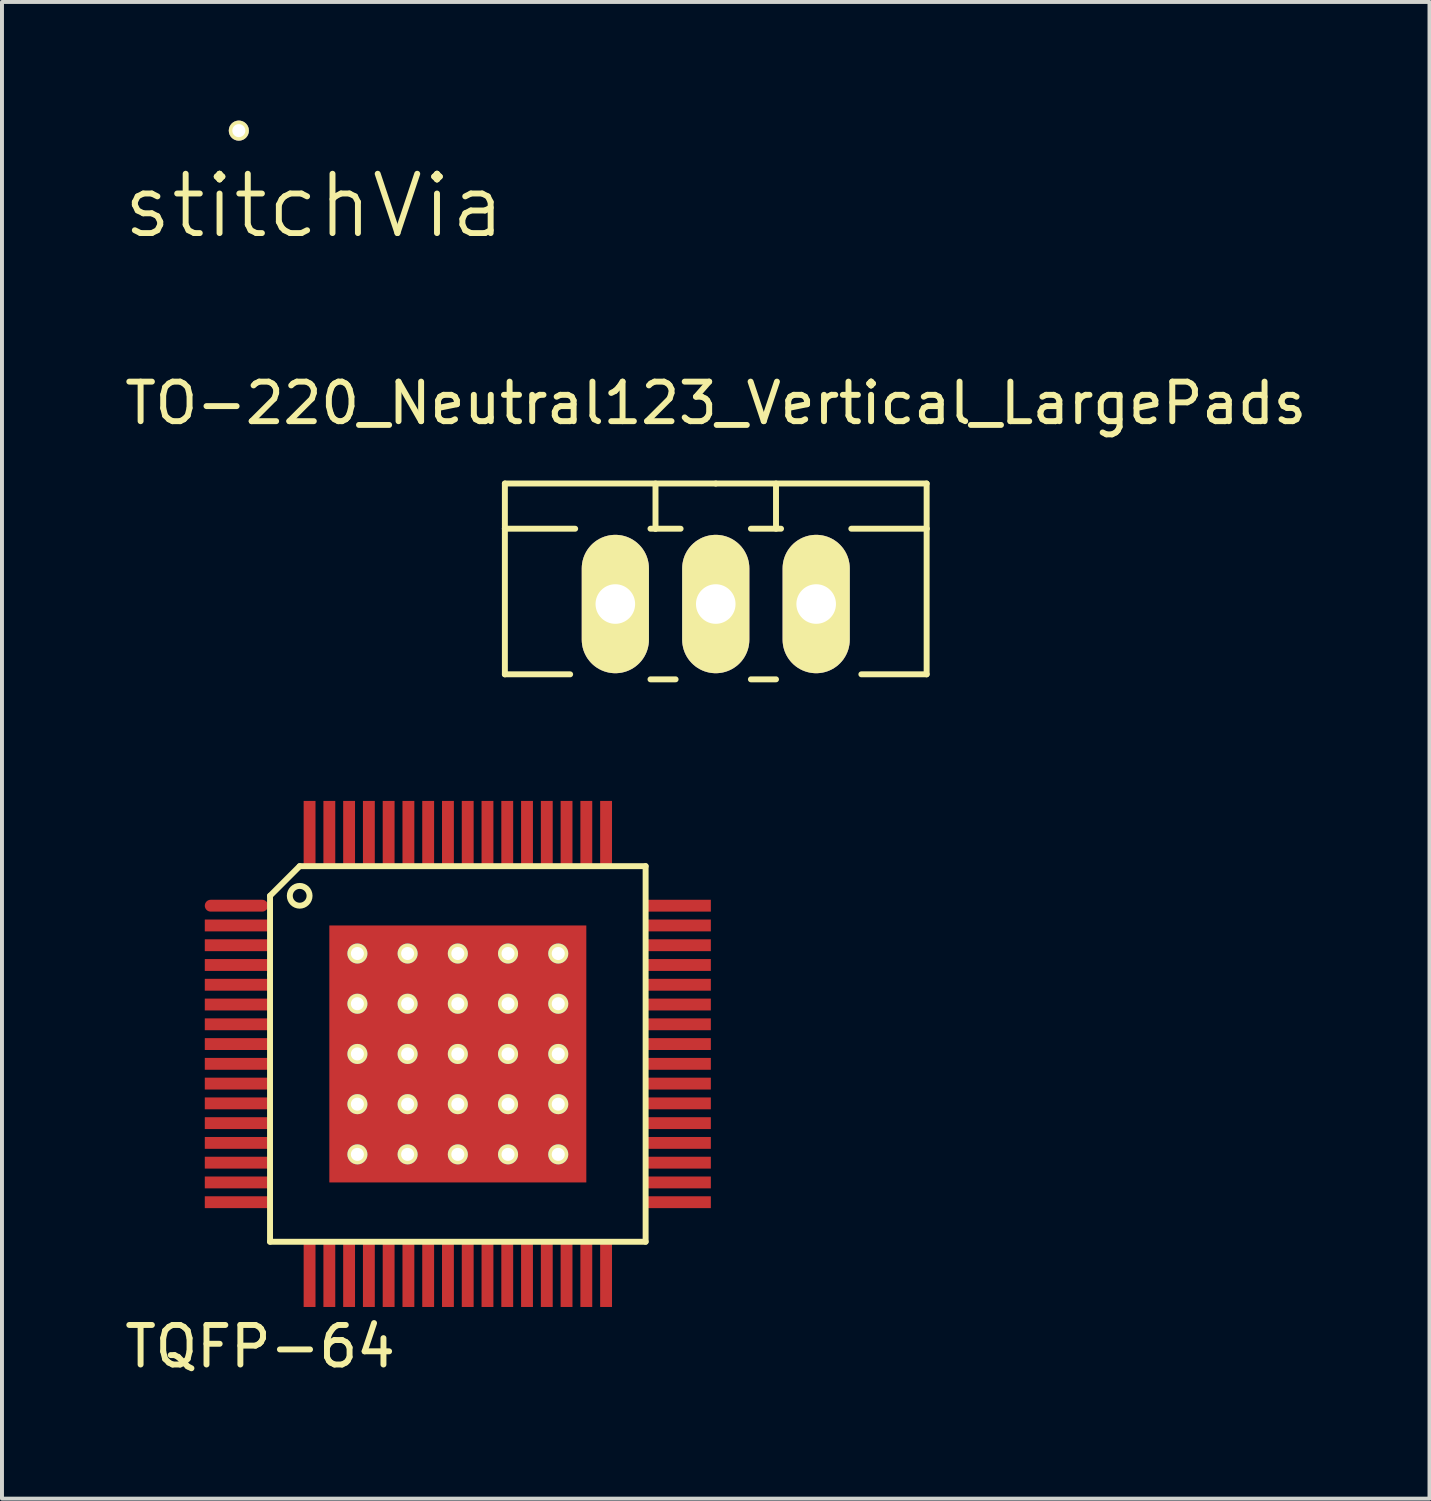
<source format=kicad_pcb>
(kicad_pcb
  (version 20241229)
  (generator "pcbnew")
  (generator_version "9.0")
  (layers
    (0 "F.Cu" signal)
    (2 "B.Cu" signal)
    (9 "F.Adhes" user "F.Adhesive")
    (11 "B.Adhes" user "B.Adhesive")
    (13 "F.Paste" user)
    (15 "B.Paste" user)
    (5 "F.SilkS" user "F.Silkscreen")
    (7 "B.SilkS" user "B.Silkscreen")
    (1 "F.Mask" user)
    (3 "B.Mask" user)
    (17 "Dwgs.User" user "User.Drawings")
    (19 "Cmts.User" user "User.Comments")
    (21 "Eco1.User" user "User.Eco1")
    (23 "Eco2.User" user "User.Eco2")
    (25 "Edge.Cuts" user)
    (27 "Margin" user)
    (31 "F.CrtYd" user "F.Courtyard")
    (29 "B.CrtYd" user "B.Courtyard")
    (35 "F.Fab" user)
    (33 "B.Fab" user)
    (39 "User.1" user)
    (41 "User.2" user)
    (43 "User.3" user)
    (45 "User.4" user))
  (footprint "stitchVia"
    (layer "F.Cu")
    (at 2.991 0.254)
    (property "Reference" "stitchVia" (at 1.905 1.905 0) (layer "F.SilkS") (effects (font (size 1.5 1.5) (thickness 0.15))))
    (attr through_hole)
    (pad "1" thru_hole circle (at 0 0) (size 0.508 0.508) (drill 0.33) (layers "*.Cu" "*.Mask" "F.SilkS")))
  (footprint "TQFP-64"
    (layer "F.Cu")
    (at 8.53 23.608)
    (property "Reference" "TQFP-64" (at -5 7.4 0) (layer "F.SilkS") (effects (font (size 1 1) (thickness 0.15))))
    (attr through_hole)
    (fp_line (start -4.75 -4) (end -4 -4.75) (stroke (width 0.15) (type solid)) (layer "F.SilkS"))
    (fp_line (start -4.75 -2) (end -4.75 -4) (stroke (width 0.15) (type solid)) (layer "F.SilkS"))
    (fp_line (start -4.75 4.75) (end -4.75 -2) (stroke (width 0.15) (type solid)) (layer "F.SilkS"))
    (fp_line (start -4 -4.75) (end 4.75 -4.75) (stroke (width 0.15) (type solid)) (layer "F.SilkS"))
    (fp_line (start 4.75 -4.75) (end 4.75 4.75) (stroke (width 0.15) (type solid)) (layer "F.SilkS"))
    (fp_line (start 4.75 4.75) (end -4.75 4.75) (stroke (width 0.15) (type solid)) (layer "F.SilkS"))
    (fp_circle (center -4 -4) (end -3.75 -4) (stroke (width 0.15) (type solid)) (fill no) (layer "F.SilkS"))
    (pad "1" smd oval (at -5.6 -3.75 270) (size 0.3 1.6) (layers "F.Cu" "F.Mask" "F.Paste"))
    (pad "2" smd rect (at -5.6 -3.25 270) (size 0.3 1.6) (layers "F.Cu" "F.Mask" "F.Paste"))
    (pad "3" smd rect (at -5.6 -2.75 270) (size 0.3 1.6) (layers "F.Cu" "F.Mask" "F.Paste"))
    (pad "4" smd rect (at -5.6 -2.25 270) (size 0.3 1.6) (layers "F.Cu" "F.Mask" "F.Paste"))
    (pad "5" smd rect (at -5.6 -1.75 270) (size 0.3 1.6) (layers "F.Cu" "F.Mask" "F.Paste"))
    (pad "6" smd rect (at -5.6 -1.25 270) (size 0.3 1.6) (layers "F.Cu" "F.Mask" "F.Paste"))
    (pad "7" smd rect (at -5.6 -0.75 270) (size 0.3 1.6) (layers "F.Cu" "F.Mask" "F.Paste"))
    (pad "8" smd rect (at -5.6 -0.25 270) (size 0.3 1.6) (layers "F.Cu" "F.Mask" "F.Paste"))
    (pad "9" smd rect (at -5.6 0.25 270) (size 0.3 1.6) (layers "F.Cu" "F.Mask" "F.Paste"))
    (pad "10" smd rect (at -5.6 0.75 270) (size 0.3 1.6) (layers "F.Cu" "F.Mask" "F.Paste"))
    (pad "11" smd rect (at -5.6 1.25 270) (size 0.3 1.6) (layers "F.Cu" "F.Mask" "F.Paste"))
    (pad "12" smd rect (at -5.6 1.75 270) (size 0.3 1.6) (layers "F.Cu" "F.Mask" "F.Paste"))
    (pad "13" smd rect (at -5.6 2.25 270) (size 0.3 1.6) (layers "F.Cu" "F.Mask" "F.Paste"))
    (pad "14" smd rect (at -5.6 2.75 270) (size 0.3 1.6) (layers "F.Cu" "F.Mask" "F.Paste"))
    (pad "15" smd rect (at -5.6 3.25 270) (size 0.3 1.6) (layers "F.Cu" "F.Mask" "F.Paste"))
    (pad "16" smd rect (at -5.6 3.75 270) (size 0.3 1.6) (layers "F.Cu" "F.Mask" "F.Paste"))
    (pad "17" smd rect (at -3.75 5.6) (size 0.3 1.6) (layers "F.Cu" "F.Mask" "F.Paste"))
    (pad "18" smd rect (at -3.25 5.6) (size 0.3 1.6) (layers "F.Cu" "F.Mask" "F.Paste"))
    (pad "19" smd rect (at -2.75 5.6) (size 0.3 1.6) (layers "F.Cu" "F.Mask" "F.Paste"))
    (pad "20" smd rect (at -2.25 5.6) (size 0.3 1.6) (layers "F.Cu" "F.Mask" "F.Paste"))
    (pad "21" smd rect (at -1.75 5.6) (size 0.3 1.6) (layers "F.Cu" "F.Mask" "F.Paste"))
    (pad "22" smd rect (at -1.25 5.6) (size 0.3 1.6) (layers "F.Cu" "F.Mask" "F.Paste"))
    (pad "23" smd rect (at -0.75 5.6) (size 0.3 1.6) (layers "F.Cu" "F.Mask" "F.Paste"))
    (pad "24" smd rect (at -0.25 5.6) (size 0.3 1.6) (layers "F.Cu" "F.Mask" "F.Paste"))
    (pad "25" smd rect (at 0.25 5.6) (size 0.3 1.6) (layers "F.Cu" "F.Mask" "F.Paste"))
    (pad "26" smd rect (at 0.75 5.6) (size 0.3 1.6) (layers "F.Cu" "F.Mask" "F.Paste"))
    (pad "27" smd rect (at 1.25 5.6) (size 0.3 1.6) (layers "F.Cu" "F.Mask" "F.Paste"))
    (pad "28" smd rect (at 1.75 5.6) (size 0.3 1.6) (layers "F.Cu" "F.Mask" "F.Paste"))
    (pad "29" smd rect (at 2.25 5.6) (size 0.3 1.6) (layers "F.Cu" "F.Mask" "F.Paste"))
    (pad "30" smd rect (at 2.75 5.6) (size 0.3 1.6) (layers "F.Cu" "F.Mask" "F.Paste"))
    (pad "31" smd rect (at 3.25 5.6) (size 0.3 1.6) (layers "F.Cu" "F.Mask" "F.Paste"))
    (pad "32" smd rect (at 3.75 5.6) (size 0.3 1.6) (layers "F.Cu" "F.Mask" "F.Paste"))
    (pad "33" smd rect (at 5.6 3.75 270) (size 0.3 1.6) (layers "F.Cu" "F.Mask" "F.Paste"))
    (pad "34" smd rect (at 5.6 3.25 270) (size 0.3 1.6) (layers "F.Cu" "F.Mask" "F.Paste"))
    (pad "35" smd rect (at 5.6 2.75 270) (size 0.3 1.6) (layers "F.Cu" "F.Mask" "F.Paste"))
    (pad "36" smd rect (at 5.6 2.25 270) (size 0.3 1.6) (layers "F.Cu" "F.Mask" "F.Paste"))
    (pad "37" smd rect (at 5.6 1.75 270) (size 0.3 1.6) (layers "F.Cu" "F.Mask" "F.Paste"))
    (pad "38" smd rect (at 5.6 1.25 270) (size 0.3 1.6) (layers "F.Cu" "F.Mask" "F.Paste"))
    (pad "39" smd rect (at 5.6 0.75 270) (size 0.3 1.6) (layers "F.Cu" "F.Mask" "F.Paste"))
    (pad "40" smd rect (at 5.6 0.25 270) (size 0.3 1.6) (layers "F.Cu" "F.Mask" "F.Paste"))
    (pad "41" smd rect (at 5.6 -0.25 270) (size 0.3 1.6) (layers "F.Cu" "F.Mask" "F.Paste"))
    (pad "42" smd rect (at 5.6 -0.75 270) (size 0.3 1.6) (layers "F.Cu" "F.Mask" "F.Paste"))
    (pad "43" smd rect (at 5.6 -1.25 270) (size 0.3 1.6) (layers "F.Cu" "F.Mask" "F.Paste"))
    (pad "44" smd rect (at 5.6 -1.75 270) (size 0.3 1.6) (layers "F.Cu" "F.Mask" "F.Paste"))
    (pad "45" smd rect (at 5.6 -2.25 270) (size 0.3 1.6) (layers "F.Cu" "F.Mask" "F.Paste"))
    (pad "46" smd rect (at 5.6 -2.75 270) (size 0.3 1.6) (layers "F.Cu" "F.Mask" "F.Paste"))
    (pad "47" smd rect (at 5.6 -3.25 270) (size 0.3 1.6) (layers "F.Cu" "F.Mask" "F.Paste"))
    (pad "48" smd rect (at 5.6 -3.75 270) (size 0.3 1.6) (layers "F.Cu" "F.Mask" "F.Paste"))
    (pad "49" smd rect (at 3.75 -5.6) (size 0.3 1.6) (layers "F.Cu" "F.Mask" "F.Paste"))
    (pad "50" smd rect (at 3.25 -5.6) (size 0.3 1.6) (layers "F.Cu" "F.Mask" "F.Paste"))
    (pad "51" smd rect (at 2.75 -5.6) (size 0.3 1.6) (layers "F.Cu" "F.Mask" "F.Paste"))
    (pad "52" smd rect (at 2.25 -5.6) (size 0.3 1.6) (layers "F.Cu" "F.Mask" "F.Paste"))
    (pad "53" smd rect (at 1.75 -5.6) (size 0.3 1.6) (layers "F.Cu" "F.Mask" "F.Paste"))
    (pad "54" smd rect (at 1.25 -5.6) (size 0.3 1.6) (layers "F.Cu" "F.Mask" "F.Paste"))
    (pad "55" smd rect (at 0.75 -5.6) (size 0.3 1.6) (layers "F.Cu" "F.Mask" "F.Paste"))
    (pad "56" smd rect (at 0.25 -5.6) (size 0.3 1.6) (layers "F.Cu" "F.Mask" "F.Paste"))
    (pad "57" smd rect (at -0.25 -5.6) (size 0.3 1.6) (layers "F.Cu" "F.Mask" "F.Paste"))
    (pad "58" smd rect (at -0.75 -5.6) (size 0.3 1.6) (layers "F.Cu" "F.Mask" "F.Paste"))
    (pad "59" smd rect (at -1.25 -5.6) (size 0.3 1.6) (layers "F.Cu" "F.Mask" "F.Paste"))
    (pad "60" smd rect (at -1.75 -5.6) (size 0.3 1.6) (layers "F.Cu" "F.Mask" "F.Paste"))
    (pad "61" smd rect (at -2.25 -5.6) (size 0.3 1.6) (layers "F.Cu" "F.Mask" "F.Paste"))
    (pad "62" smd rect (at -2.75 -5.6) (size 0.3 1.6) (layers "F.Cu" "F.Mask" "F.Paste"))
    (pad "63" smd rect (at -3.25 -5.6) (size 0.3 1.6) (layers "F.Cu" "F.Mask" "F.Paste"))
    (pad "64" smd rect (at -3.75 -5.6) (size 0.3 1.6) (layers "F.Cu" "F.Mask" "F.Paste"))
    (pad "65" thru_hole circle (at -2.54 -2.54) (size 0.508 0.508) (drill 0.33) (layers "*.Cu" "*.Mask" "F.SilkS"))
    (pad "65" thru_hole circle (at -2.54 -1.27) (size 0.508 0.508) (drill 0.33) (layers "*.Cu" "*.Mask" "F.SilkS"))
    (pad "65" thru_hole circle (at -2.54 0) (size 0.508 0.508) (drill 0.33) (layers "*.Cu" "*.Mask" "F.SilkS"))
    (pad "65" thru_hole circle (at -2.54 1.27) (size 0.508 0.508) (drill 0.33) (layers "*.Cu" "*.Mask" "F.SilkS"))
    (pad "65" thru_hole circle (at -2.54 2.54) (size 0.508 0.508) (drill 0.33) (layers "*.Cu" "*.Mask" "F.SilkS"))
    (pad "65" thru_hole circle (at -1.27 -2.54) (size 0.508 0.508) (drill 0.33) (layers "*.Cu" "*.Mask" "F.SilkS"))
    (pad "65" thru_hole circle (at -1.27 -1.27) (size 0.508 0.508) (drill 0.33) (layers "*.Cu" "*.Mask" "F.SilkS"))
    (pad "65" thru_hole circle (at -1.27 0) (size 0.508 0.508) (drill 0.33) (layers "*.Cu" "*.Mask" "F.SilkS"))
    (pad "65" thru_hole circle (at -1.27 1.27) (size 0.508 0.508) (drill 0.33) (layers "*.Cu" "*.Mask" "F.SilkS"))
    (pad "65" thru_hole circle (at -1.27 2.54) (size 0.508 0.508) (drill 0.33) (layers "*.Cu" "*.Mask" "F.SilkS"))
    (pad "65" thru_hole circle (at 0 -2.54) (size 0.508 0.508) (drill 0.33) (layers "*.Cu" "*.Mask" "F.SilkS"))
    (pad "65" thru_hole circle (at 0 -1.27) (size 0.508 0.508) (drill 0.33) (layers "*.Cu" "*.Mask" "F.SilkS"))
    (pad "65" thru_hole circle (at 0 0) (size 0.508 0.508) (drill 0.33) (layers "*.Cu" "*.Mask" "F.SilkS"))
    (pad "65" smd rect (at 0 0) (size 6.5 6.5) (layers "F.Cu" "F.Mask" "F.Paste"))
    (pad "65" thru_hole circle (at 0 1.27) (size 0.508 0.508) (drill 0.33) (layers "*.Cu" "*.Mask" "F.SilkS"))
    (pad "65" thru_hole circle (at 0 2.54) (size 0.508 0.508) (drill 0.33) (layers "*.Cu" "*.Mask" "F.SilkS"))
    (pad "65" thru_hole circle (at 1.27 -2.54) (size 0.508 0.508) (drill 0.33) (layers "*.Cu" "*.Mask" "F.SilkS"))
    (pad "65" thru_hole circle (at 1.27 -1.27) (size 0.508 0.508) (drill 0.33) (layers "*.Cu" "*.Mask" "F.SilkS"))
    (pad "65" thru_hole circle (at 1.27 0) (size 0.508 0.508) (drill 0.33) (layers "*.Cu" "*.Mask" "F.SilkS"))
    (pad "65" thru_hole circle (at 1.27 1.27) (size 0.508 0.508) (drill 0.33) (layers "*.Cu" "*.Mask" "F.SilkS"))
    (pad "65" thru_hole circle (at 1.27 2.54) (size 0.508 0.508) (drill 0.33) (layers "*.Cu" "*.Mask" "F.SilkS"))
    (pad "65" thru_hole circle (at 2.54 -2.54) (size 0.508 0.508) (drill 0.33) (layers "*.Cu" "*.Mask" "F.SilkS"))
    (pad "65" thru_hole circle (at 2.54 -1.27) (size 0.508 0.508) (drill 0.33) (layers "*.Cu" "*.Mask" "F.SilkS"))
    (pad "65" thru_hole circle (at 2.54 0) (size 0.508 0.508) (drill 0.33) (layers "*.Cu" "*.Mask" "F.SilkS"))
    (pad "65" thru_hole circle (at 2.54 1.27) (size 0.508 0.508) (drill 0.33) (layers "*.Cu" "*.Mask" "F.SilkS"))
    (pad "65" thru_hole circle (at 2.54 2.54) (size 0.508 0.508) (drill 0.33) (layers "*.Cu" "*.Mask" "F.SilkS")))
  (footprint "TO-220_Neutral123_Vertical_LargePads"
    (layer "F.Cu")
    (at 15.054 12.228)
    (property "Reference" "TO-220_Neutral123_Vertical_LargePads" (at 0 -5.08 0) (layer "F.SilkS") (effects (font (size 1 1) (thickness 0.15))))
    (attr through_hole)
    (fp_line (start -5.334 -1.905) (end -5.334 -3.048) (stroke (width 0.15) (type solid)) (layer "F.SilkS"))
    (fp_line (start -5.334 -1.905) (end -3.556 -1.905) (stroke (width 0.15) (type solid)) (layer "F.SilkS"))
    (fp_line (start -5.334 1.778) (end -5.334 -1.905) (stroke (width 0.15) (type solid)) (layer "F.SilkS"))
    (fp_line (start -5.334 1.778) (end -3.683 1.778) (stroke (width 0.15) (type solid)) (layer "F.SilkS"))
    (fp_line (start -1.524 -3.048) (end -1.524 -1.905) (stroke (width 0.15) (type solid)) (layer "F.SilkS"))
    (fp_line (start -1.524 -1.905) (end -1.651 -1.905) (stroke (width 0.15) (type solid)) (layer "F.SilkS"))
    (fp_line (start -1.524 -1.905) (end -0.889 -1.905) (stroke (width 0.15) (type solid)) (layer "F.SilkS"))
    (fp_line (start -1.016 1.905) (end -1.651 1.905) (stroke (width 0.15) (type solid)) (layer "F.SilkS"))
    (fp_line (start 0 -3.048) (end -5.334 -3.048) (stroke (width 0.15) (type solid)) (layer "F.SilkS"))
    (fp_line (start 0 -3.048) (end 5.334 -3.048) (stroke (width 0.15) (type solid)) (layer "F.SilkS"))
    (fp_line (start 0.889 -1.905) (end 1.651 -1.905) (stroke (width 0.15) (type solid)) (layer "F.SilkS"))
    (fp_line (start 1.524 -3.048) (end 1.524 -1.905) (stroke (width 0.15) (type solid)) (layer "F.SilkS"))
    (fp_line (start 1.524 1.905) (end 0.889 1.905) (stroke (width 0.15) (type solid)) (layer "F.SilkS"))
    (fp_line (start 5.334 -3.048) (end 5.334 -1.905) (stroke (width 0.15) (type solid)) (layer "F.SilkS"))
    (fp_line (start 5.334 -1.905) (end 3.429 -1.905) (stroke (width 0.15) (type solid)) (layer "F.SilkS"))
    (fp_line (start 5.334 -1.905) (end 5.334 1.778) (stroke (width 0.15) (type solid)) (layer "F.SilkS"))
    (fp_line (start 5.334 1.778) (end 3.683 1.778) (stroke (width 0.15) (type solid)) (layer "F.SilkS"))
    (pad "GND" thru_hole oval (at 0 0 90) (size 3.5 1.699) (drill 1.001) (layers "*.Cu" "*.Mask" "F.SilkS"))
    (pad "VI" thru_hole oval (at -2.54 0 90) (size 3.5 1.699) (drill 1.001) (layers "*.Cu" "*.Mask" "F.SilkS"))
    (pad "VO" thru_hole oval (at 2.54 0 90) (size 3.5 1.699) (drill 1.001) (layers "*.Cu" "*.Mask" "F.SilkS")))
  (gr_rect
    (start -3 -3)
    (end 33.107 34.856)
    (stroke (width 0.1) (type default))
    (fill no)
    (layer "Edge.Cuts")))
</source>
